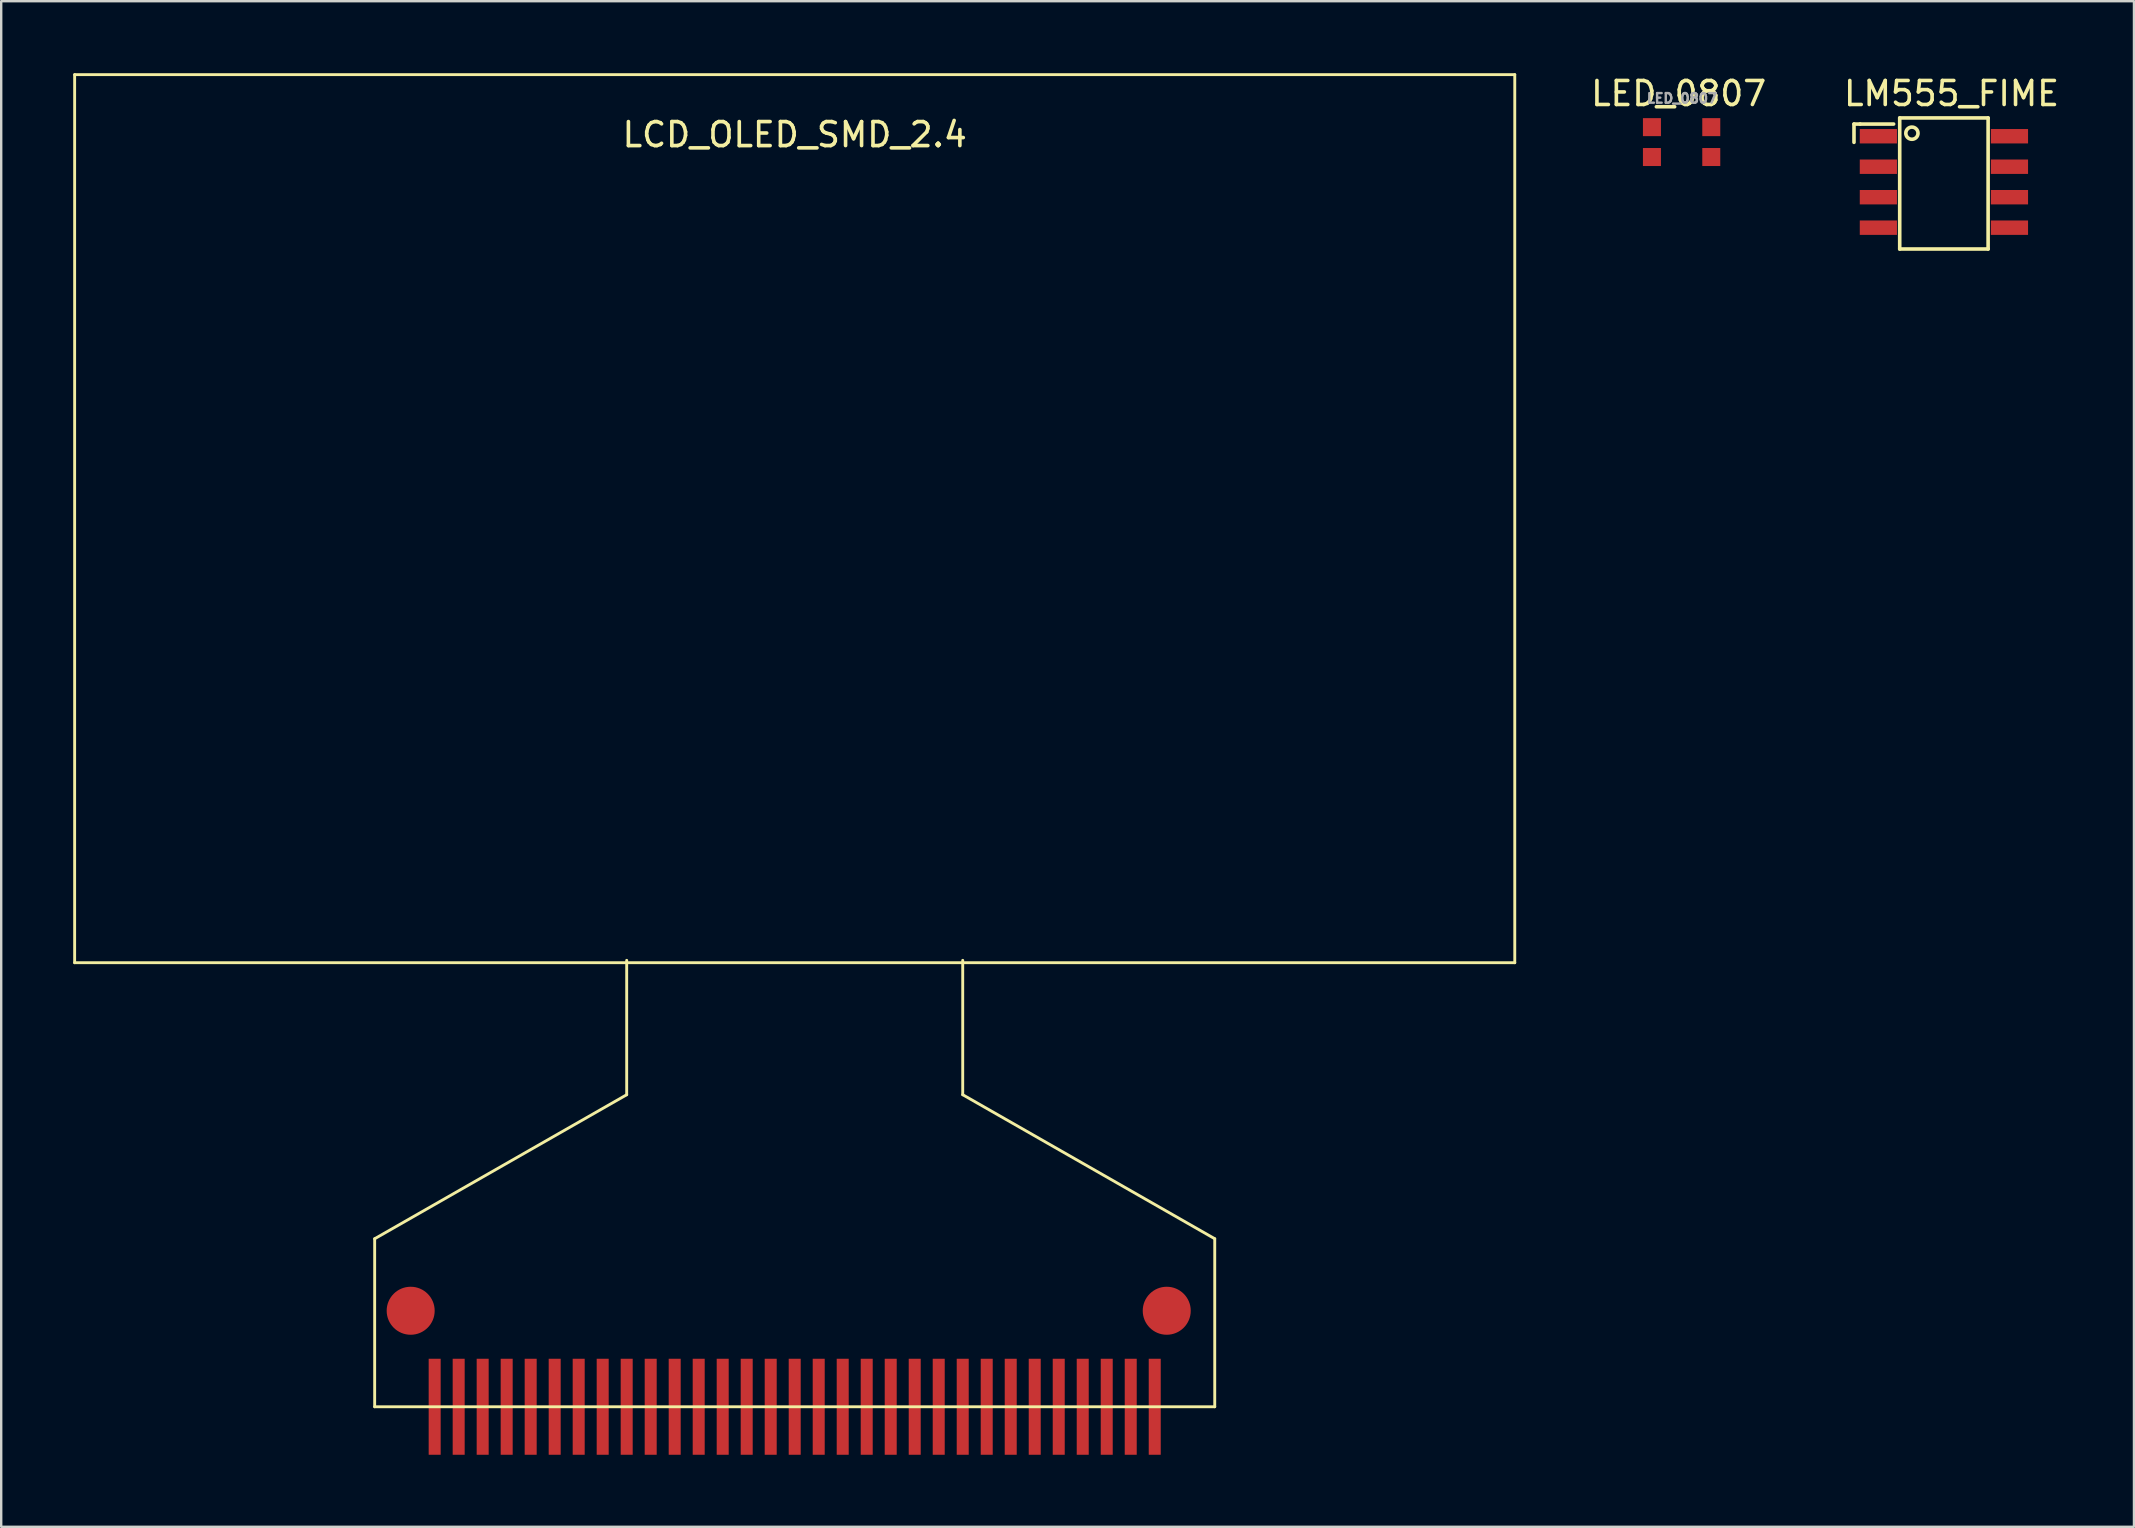
<source format=kicad_pcb>
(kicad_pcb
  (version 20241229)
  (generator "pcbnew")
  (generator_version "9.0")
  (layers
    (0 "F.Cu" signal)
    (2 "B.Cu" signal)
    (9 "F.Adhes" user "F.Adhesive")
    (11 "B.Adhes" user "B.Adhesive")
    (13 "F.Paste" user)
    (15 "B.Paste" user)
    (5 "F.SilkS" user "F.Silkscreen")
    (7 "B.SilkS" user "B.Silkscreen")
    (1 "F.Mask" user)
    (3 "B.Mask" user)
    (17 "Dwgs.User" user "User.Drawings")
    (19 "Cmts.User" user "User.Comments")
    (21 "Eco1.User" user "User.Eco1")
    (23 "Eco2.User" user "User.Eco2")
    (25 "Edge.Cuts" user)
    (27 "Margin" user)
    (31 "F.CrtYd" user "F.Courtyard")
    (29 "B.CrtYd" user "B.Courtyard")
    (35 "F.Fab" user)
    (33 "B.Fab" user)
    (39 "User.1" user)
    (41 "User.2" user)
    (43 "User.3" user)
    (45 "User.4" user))
  (footprint "LED_0807"
    (layer "F.Cu")
    (at 67.015 2.247)
    (property "Reference" "LED_0807" (at -0.127 -1.399 0) (layer "F.SilkS") (effects (font (size 1 1) (thickness 0.15))))
    (attr smd)
    (fp_text user "${REFERENCE}" (at 0.013 -1.199 0) (layer "F.Fab") (effects (font (size 0.4 0.4) (thickness 0.1))))
    (pad "1" smd rect (at -1.24 0 180) (size 0.75 0.75) (layers "F.Cu" "F.Mask" "F.Paste"))
    (pad "1" smd rect (at -1.24 1.245 180) (size 0.75 0.75) (layers "F.Cu" "F.Mask" "F.Paste"))
    (pad "2" smd rect (at 1.232 0 180) (size 0.75 0.75) (layers "F.Cu" "F.Mask" "F.Paste"))
    (pad "2" smd rect (at 1.232 1.245 180) (size 0.75 0.75) (layers "F.Cu" "F.Mask" "F.Paste")))
  (footprint "LM555_FIME"
    (layer "F.Cu")
    (at 77.959 4.476)
    (property "Reference" "LM555_FIME" (at 0.298 -3.628 0) (layer "F.SilkS") (effects (font (size 1 1) (thickness 0.15))))
    (attr through_hole)
    (fp_line (start -3.766 -2.358) (end -3.766 -1.596) (stroke (width 0.15) (type solid)) (layer "F.SilkS"))
    (fp_line (start -3.512 -2.358) (end -3.766 -2.358) (stroke (width 0.15) (type solid)) (layer "F.SilkS"))
    (fp_line (start -2.115 -2.358) (end -3.512 -2.358) (stroke (width 0.15) (type solid)) (layer "F.SilkS"))
    (fp_line (start -1.861 -2.612) (end -1.861 2.849) (stroke (width 0.15) (type solid)) (layer "F.SilkS"))
    (fp_line (start -1.861 -2.612) (end 1.822 -2.612) (stroke (width 0.15) (type solid)) (layer "F.SilkS"))
    (fp_line (start 1.822 -2.612) (end 1.822 2.849) (stroke (width 0.15) (type solid)) (layer "F.SilkS"))
    (fp_line (start 1.822 2.849) (end -1.861 2.849) (stroke (width 0.15) (type solid)) (layer "F.SilkS"))
    (fp_circle (center -1.353 -1.977) (end -1.099 -1.977) (stroke (width 0.15) (type solid)) (fill no) (layer "F.SilkS"))
    (pad "1" smd rect (at -2.75 -1.85) (size 1.55 0.6) (layers "F.Cu" "F.Mask" "F.Paste"))
    (pad "2" smd rect (at -2.75 -0.58) (size 1.55 0.6) (layers "F.Cu" "F.Mask" "F.Paste"))
    (pad "3" smd rect (at -2.75 0.69) (size 1.55 0.6) (layers "F.Cu" "F.Mask" "F.Paste"))
    (pad "4" smd rect (at -2.75 1.96) (size 1.55 0.6) (layers "F.Cu" "F.Mask" "F.Paste"))
    (pad "5" smd rect (at 2.711 1.96) (size 1.55 0.6) (layers "F.Cu" "F.Mask" "F.Paste"))
    (pad "6" smd rect (at 2.711 0.69) (size 1.55 0.6) (layers "F.Cu" "F.Mask" "F.Paste"))
    (pad "7" smd rect (at 2.711 -0.58) (size 1.55 0.6) (layers "F.Cu" "F.Mask" "F.Paste"))
    (pad "8" smd rect (at 2.711 -1.85) (size 1.55 0.6) (layers "F.Cu" "F.Mask" "F.Paste")))
  (footprint "LCD_OLED_SMD_2.4"
    (layer "F.Cu")
    (at 30.06 55.56)
    (property "Reference" "LCD_OLED_SMD_2.4" (at 0 -53 0) (unlocked yes) (layer "F.SilkS") (effects (font (size 1 1) (thickness 0.15))))
    (attr smd)
    (fp_line (start -30 -18.5) (end -30 -55.5) (stroke (width 0.12) (type solid)) (layer "F.SilkS"))
    (fp_line (start -30 -18.5) (end 30 -18.5) (stroke (width 0.12) (type solid)) (layer "F.SilkS"))
    (fp_line (start -17.5 0) (end -17.5 -7) (stroke (width 0.12) (type solid)) (layer "F.SilkS"))
    (fp_line (start -17.5 0) (end 17.5 0) (stroke (width 0.12) (type solid)) (layer "F.SilkS"))
    (fp_line (start -7 -13) (end -17.5 -7) (stroke (width 0.12) (type solid)) (layer "F.SilkS"))
    (fp_line (start -7 -13) (end -7 -18.6) (stroke (width 0.12) (type solid)) (layer "F.SilkS"))
    (fp_line (start 7 -13) (end 7 -18.6) (stroke (width 0.12) (type solid)) (layer "F.SilkS"))
    (fp_line (start 17.5 -7) (end 7 -13) (stroke (width 0.12) (type solid)) (layer "F.SilkS"))
    (fp_line (start 17.5 0) (end 17.5 -7) (stroke (width 0.12) (type solid)) (layer "F.SilkS"))
    (fp_line (start 30 -55.5) (end -30 -55.5) (stroke (width 0.12) (type solid)) (layer "F.SilkS"))
    (fp_line (start 30 -55.5) (end 30 -18.5) (stroke (width 0.12) (type solid)) (layer "F.SilkS"))
    (pad "" smd circle (at -16 -4) (size 2 2) (layers "F.Cu" "F.Mask" "F.Paste"))
    (pad "" smd circle (at 15.5 -4) (size 2 2) (layers "F.Cu" "F.Mask" "F.Paste"))
    (pad "1" smd rect (at 15 0) (size 0.5 4) (layers "F.Cu" "F.Mask" "F.Paste"))
    (pad "2" smd rect (at 14 0) (size 0.5 4) (layers "F.Cu" "F.Mask" "F.Paste"))
    (pad "3" smd rect (at 13 0) (size 0.5 4) (layers "F.Cu" "F.Mask" "F.Paste"))
    (pad "4" smd rect (at 12 0) (size 0.5 4) (layers "F.Cu" "F.Mask" "F.Paste"))
    (pad "5" smd rect (at 11 0) (size 0.5 4) (layers "F.Cu" "F.Mask" "F.Paste"))
    (pad "6" smd rect (at 10 0) (size 0.5 4) (layers "F.Cu" "F.Mask" "F.Paste"))
    (pad "7" smd rect (at 9 0) (size 0.5 4) (layers "F.Cu" "F.Mask" "F.Paste"))
    (pad "8" smd rect (at 8 0) (size 0.5 4) (layers "F.Cu" "F.Mask" "F.Paste"))
    (pad "9" smd rect (at 7 0) (size 0.5 4) (layers "F.Cu" "F.Mask" "F.Paste"))
    (pad "10" smd rect (at 6 0) (size 0.5 4) (layers "F.Cu" "F.Mask" "F.Paste"))
    (pad "11" smd rect (at 5 0) (size 0.5 4) (layers "F.Cu" "F.Mask" "F.Paste"))
    (pad "12" smd rect (at 4 0) (size 0.5 4) (layers "F.Cu" "F.Mask" "F.Paste"))
    (pad "13" smd rect (at 3 0) (size 0.5 4) (layers "F.Cu" "F.Mask" "F.Paste"))
    (pad "14" smd rect (at 2 0) (size 0.5 4) (layers "F.Cu" "F.Mask" "F.Paste"))
    (pad "15" smd rect (at 1 0) (size 0.5 4) (layers "F.Cu" "F.Mask" "F.Paste"))
    (pad "16" smd rect (at 0 0) (size 0.5 4) (layers "F.Cu" "F.Mask" "F.Paste"))
    (pad "17" smd rect (at -1 0) (size 0.5 4) (layers "F.Cu" "F.Mask" "F.Paste"))
    (pad "18" smd rect (at -2 0) (size 0.5 4) (layers "F.Cu" "F.Mask" "F.Paste"))
    (pad "19" smd rect (at -3 0) (size 0.5 4) (layers "F.Cu" "F.Mask" "F.Paste"))
    (pad "20" smd rect (at -4 0) (size 0.5 4) (layers "F.Cu" "F.Mask" "F.Paste"))
    (pad "21" smd rect (at -5 0) (size 0.5 4) (layers "F.Cu" "F.Mask" "F.Paste"))
    (pad "22" smd rect (at -6 0) (size 0.5 4) (layers "F.Cu" "F.Mask" "F.Paste"))
    (pad "23" smd rect (at -7 0) (size 0.5 4) (layers "F.Cu" "F.Mask" "F.Paste"))
    (pad "24" smd rect (at -8 0) (size 0.5 4) (layers "F.Cu" "F.Mask" "F.Paste"))
    (pad "25" smd rect (at -9 0) (size 0.5 4) (layers "F.Cu" "F.Mask" "F.Paste"))
    (pad "26" smd rect (at -10 0) (size 0.5 4) (layers "F.Cu" "F.Mask" "F.Paste"))
    (pad "27" smd rect (at -11 0) (size 0.5 4) (layers "F.Cu" "F.Mask" "F.Paste"))
    (pad "28" smd rect (at -12 0) (size 0.5 4) (layers "F.Cu" "F.Mask" "F.Paste"))
    (pad "29" smd rect (at -13 0) (size 0.5 4) (layers "F.Cu" "F.Mask" "F.Paste"))
    (pad "30" smd rect (at -14 0) (size 0.5 4) (layers "F.Cu" "F.Mask" "F.Paste"))
    (pad "31" smd rect (at -15 0) (size 0.5 4) (layers "F.Cu" "F.Mask" "F.Paste")))
  (gr_rect
    (start -3 -3)
    (end 85.858 60.56)
    (stroke (width 0.1) (type default))
    (fill no)
    (layer "Edge.Cuts")))
</source>
